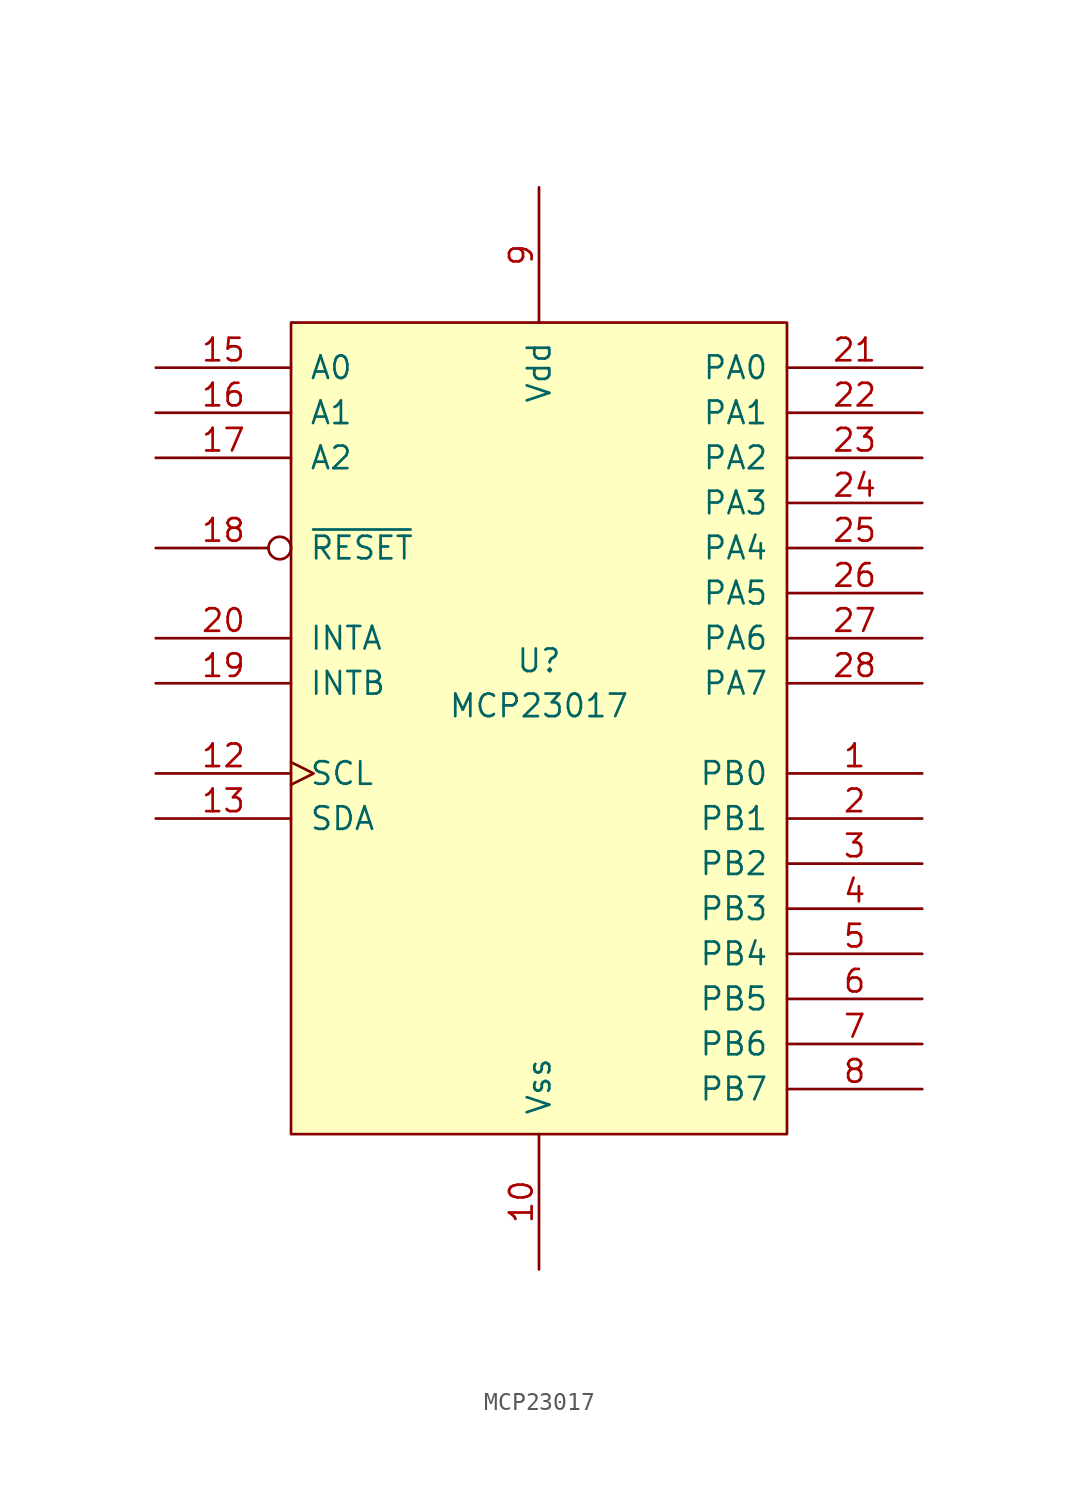
<source format=kicad_sym>
(kicad_symbol_lib
  (version 20211014)
  (generator kicad_symbol_editor)
  (symbol "MCP23017"
    (pin_names
      (offset 1.016))
    (property "Reference" "U"
      (at 0 20.32 0)
      (effects (font (size 1.27 1.27))))
    (property "Value" "MCP23017"
      (at 0 17.78 0)
      (effects (font (size 1.27 1.27))))
    (property "Footprint" ""
      (at 0 0 0)
      (effects (font (size 1.27 1.27))))
    (property "Datasheet" ""
      (at 0 0 0)
      (effects (font (size 1.27 1.27))))
    (symbol "MCP23017_0_1"
      (rectangle (start -13.97 -6.35) (end 13.97 39.37) (stroke (width 0) (type default) (color 0 0 0 0)) (fill (type background))))
    (symbol "MCP23017_1_1"
      (pin tri_state line (at 21.59 13.97 180) (length 7.62) (name "PB0" (effects (font (size 1.27 1.27)))) (number "1" (effects (font (size 1.27 1.27)))))
      (pin power_in line (at 0 -13.97 90) (length 7.62) (name "Vss" (effects (font (size 1.27 1.27)))) (number "10" (effects (font (size 1.27 1.27)))))
      (pin no_connect line (at -17.78 6.35 0) (length 5.08) hide (name "~" (effects (font (size 1.27 1.27)))) (number "11" (effects (font (size 1.27 1.27)))))
      (pin input clock (at -21.59 13.97 0) (length 7.62) (name "SCL" (effects (font (size 1.27 1.27)))) (number "12" (effects (font (size 1.27 1.27)))))
      (pin bidirectional line (at -21.59 11.43 0) (length 7.62) (name "SDA" (effects (font (size 1.27 1.27)))) (number "13" (effects (font (size 1.27 1.27)))))
      (pin no_connect line (at -17.78 3.81 0) (length 5.08) hide (name "~" (effects (font (size 1.27 1.27)))) (number "14" (effects (font (size 1.27 1.27)))))
      (pin input line (at -21.59 36.83 0) (length 7.62) (name "A0" (effects (font (size 1.27 1.27)))) (number "15" (effects (font (size 1.27 1.27)))))
      (pin input line (at -21.59 34.29 0) (length 7.62) (name "A1" (effects (font (size 1.27 1.27)))) (number "16" (effects (font (size 1.27 1.27)))))
      (pin input line (at -21.59 31.75 0) (length 7.62) (name "A2" (effects (font (size 1.27 1.27)))) (number "17" (effects (font (size 1.27 1.27)))))
      (pin input inverted (at -21.59 26.67 0) (length 7.62) (name "~{RESET}" (effects (font (size 1.27 1.27)))) (number "18" (effects (font (size 1.27 1.27)))))
      (pin output line (at -21.59 19.05 0) (length 7.62) (name "INTB" (effects (font (size 1.27 1.27)))) (number "19" (effects (font (size 1.27 1.27)))))
      (pin tri_state line (at 21.59 11.43 180) (length 7.62) (name "PB1" (effects (font (size 1.27 1.27)))) (number "2" (effects (font (size 1.27 1.27)))))
      (pin output line (at -21.59 21.59 0) (length 7.62) (name "INTA" (effects (font (size 1.27 1.27)))) (number "20" (effects (font (size 1.27 1.27)))))
      (pin tri_state line (at 21.59 36.83 180) (length 7.62) (name "PA0" (effects (font (size 1.27 1.27)))) (number "21" (effects (font (size 1.27 1.27)))))
      (pin tri_state line (at 21.59 34.29 180) (length 7.62) (name "PA1" (effects (font (size 1.27 1.27)))) (number "22" (effects (font (size 1.27 1.27)))))
      (pin tri_state line (at 21.59 31.75 180) (length 7.62) (name "PA2" (effects (font (size 1.27 1.27)))) (number "23" (effects (font (size 1.27 1.27)))))
      (pin tri_state line (at 21.59 29.21 180) (length 7.62) (name "PA3" (effects (font (size 1.27 1.27)))) (number "24" (effects (font (size 1.27 1.27)))))
      (pin tri_state line (at 21.59 26.67 180) (length 7.62) (name "PA4" (effects (font (size 1.27 1.27)))) (number "25" (effects (font (size 1.27 1.27)))))
      (pin tri_state line (at 21.59 24.13 180) (length 7.62) (name "PA5" (effects (font (size 1.27 1.27)))) (number "26" (effects (font (size 1.27 1.27)))))
      (pin tri_state line (at 21.59 21.59 180) (length 7.62) (name "PA6" (effects (font (size 1.27 1.27)))) (number "27" (effects (font (size 1.27 1.27)))))
      (pin tri_state line (at 21.59 19.05 180) (length 7.62) (name "PA7" (effects (font (size 1.27 1.27)))) (number "28" (effects (font (size 1.27 1.27)))))
      (pin tri_state line (at 21.59 8.89 180) (length 7.62) (name "PB2" (effects (font (size 1.27 1.27)))) (number "3" (effects (font (size 1.27 1.27)))))
      (pin tri_state line (at 21.59 6.35 180) (length 7.62) (name "PB3" (effects (font (size 1.27 1.27)))) (number "4" (effects (font (size 1.27 1.27)))))
      (pin tri_state line (at 21.59 3.81 180) (length 7.62) (name "PB4" (effects (font (size 1.27 1.27)))) (number "5" (effects (font (size 1.27 1.27)))))
      (pin tri_state line (at 21.59 1.27 180) (length 7.62) (name "PB5" (effects (font (size 1.27 1.27)))) (number "6" (effects (font (size 1.27 1.27)))))
      (pin tri_state line (at 21.59 -1.27 180) (length 7.62) (name "PB6" (effects (font (size 1.27 1.27)))) (number "7" (effects (font (size 1.27 1.27)))))
      (pin tri_state line (at 21.59 -3.81 180) (length 7.62) (name "PB7" (effects (font (size 1.27 1.27)))) (number "8" (effects (font (size 1.27 1.27)))))
      (pin power_in line (at 0 46.99 270) (length 7.62) (name "Vdd" (effects (font (size 1.27 1.27)))) (number "9" (effects (font (size 1.27 1.27))))))))
</source>
